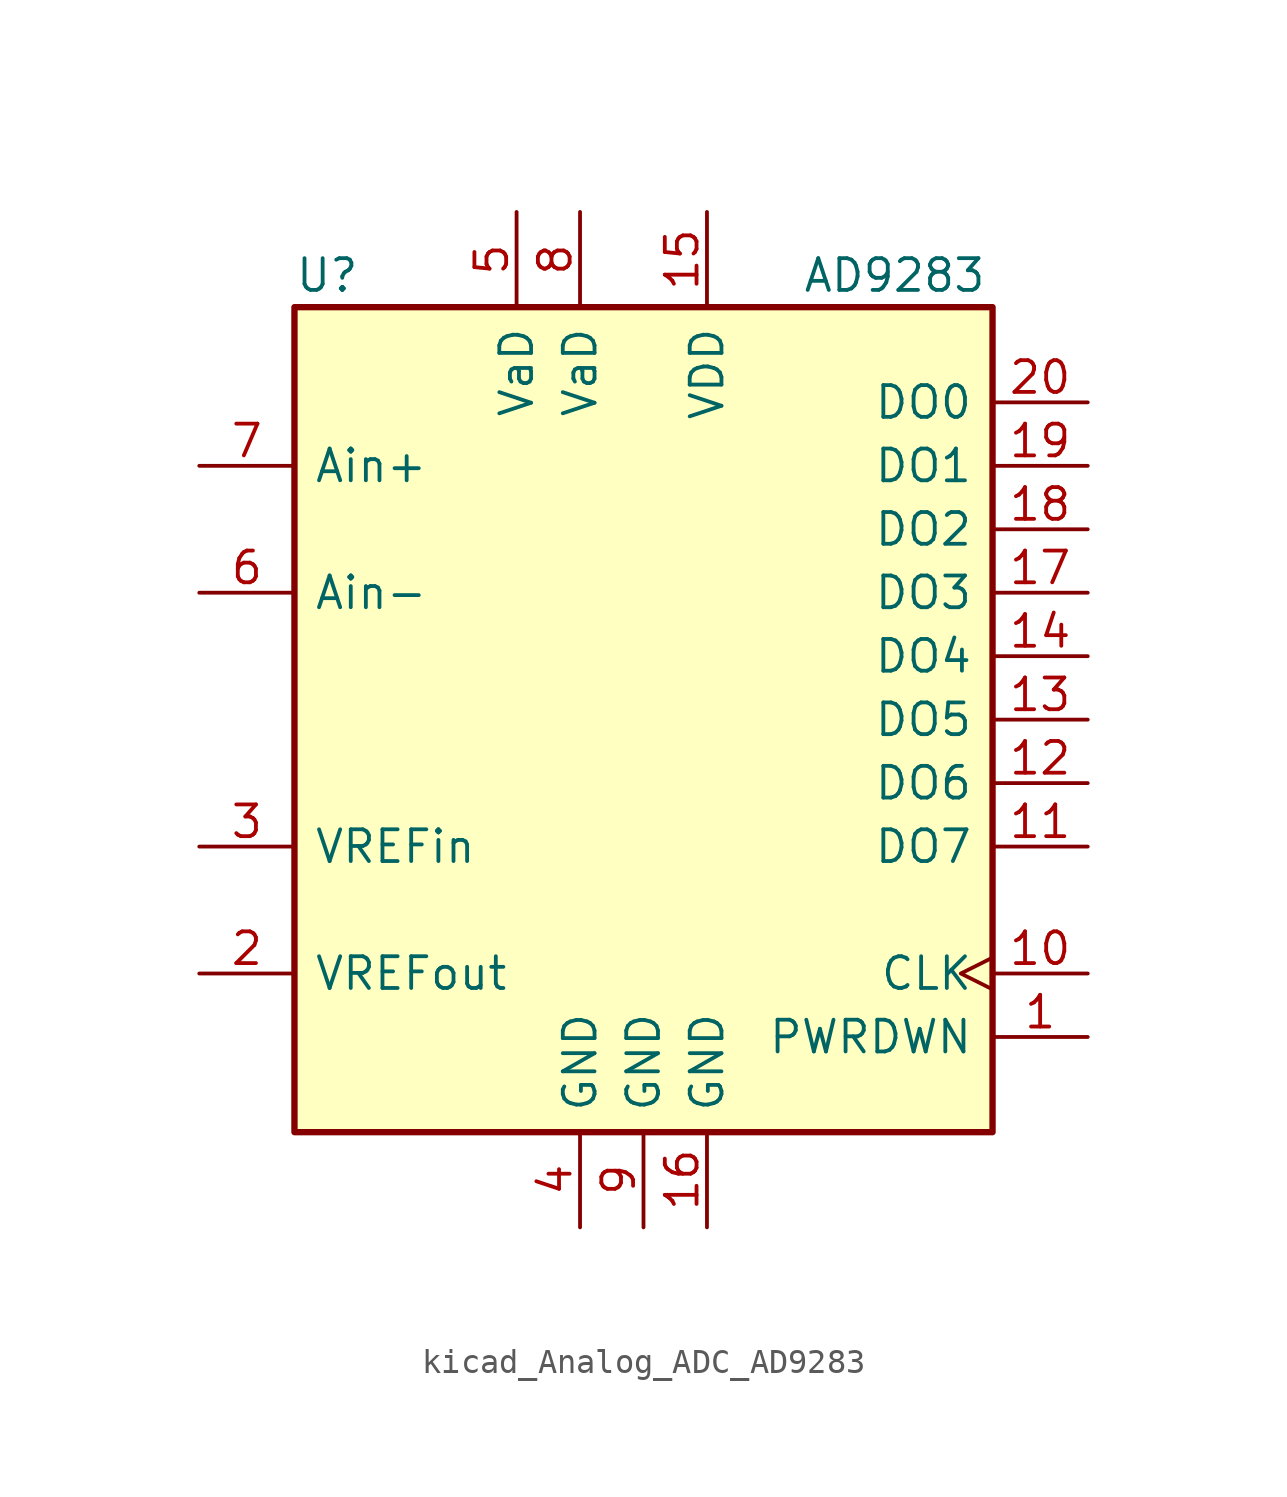
<source format=kicad_sym>
(kicad_symbol_lib
  (version 20220914)
  (generator kicad_symbol_editor)
  (symbol "kicad_Analog_ADC_AD9283"
    (pin_names
      (offset 0.762))
    (property "Reference" "U"
      (at -13.97 17.78 0)
      (effects (font (size 1.27 1.27)) (justify left)))
    (property "Value" "AD9283"
      (at 6.35 17.78 0)
      (effects (font (size 1.27 1.27)) (justify left)))
    (symbol "kicad_Analog_ADC_AD9283_0_1"
      (rectangle (start -13.97 16.51) (end 13.97 -16.51) (stroke (width 0.254) (type default)) (fill (type background))))
    (symbol "kicad_Analog_ADC_AD9283_1_1"
      (pin input line (at 17.78 -12.7 180) (length 3.81) (name "PWRDWN" (effects (font (size 1.27 1.27)))) (number "1" (effects (font (size 1.27 1.27)))))
      (pin input clock (at 17.78 -10.16 180) (length 3.81) (name "CLK" (effects (font (size 1.27 1.27)))) (number "10" (effects (font (size 1.27 1.27)))))
      (pin output line (at 17.78 -5.08 180) (length 3.81) (name "DO7" (effects (font (size 1.27 1.27)))) (number "11" (effects (font (size 1.27 1.27)))))
      (pin output line (at 17.78 -2.54 180) (length 3.81) (name "DO6" (effects (font (size 1.27 1.27)))) (number "12" (effects (font (size 1.27 1.27)))))
      (pin output line (at 17.78 0 180) (length 3.81) (name "DO5" (effects (font (size 1.27 1.27)))) (number "13" (effects (font (size 1.27 1.27)))))
      (pin output line (at 17.78 2.54 180) (length 3.81) (name "DO4" (effects (font (size 1.27 1.27)))) (number "14" (effects (font (size 1.27 1.27)))))
      (pin power_in line (at 2.54 20.32 270) (length 3.81) (name "VDD" (effects (font (size 1.27 1.27)))) (number "15" (effects (font (size 1.27 1.27)))))
      (pin power_in line (at 2.54 -20.32 90) (length 3.81) (name "GND" (effects (font (size 1.27 1.27)))) (number "16" (effects (font (size 1.27 1.27)))))
      (pin output line (at 17.78 5.08 180) (length 3.81) (name "DO3" (effects (font (size 1.27 1.27)))) (number "17" (effects (font (size 1.27 1.27)))))
      (pin output line (at 17.78 7.62 180) (length 3.81) (name "DO2" (effects (font (size 1.27 1.27)))) (number "18" (effects (font (size 1.27 1.27)))))
      (pin output line (at 17.78 10.16 180) (length 3.81) (name "DO1" (effects (font (size 1.27 1.27)))) (number "19" (effects (font (size 1.27 1.27)))))
      (pin input line (at -17.78 -10.16 0) (length 3.81) (name "VREFout" (effects (font (size 1.27 1.27)))) (number "2" (effects (font (size 1.27 1.27)))))
      (pin output line (at 17.78 12.7 180) (length 3.81) (name "DO0" (effects (font (size 1.27 1.27)))) (number "20" (effects (font (size 1.27 1.27)))))
      (pin input line (at -17.78 -5.08 0) (length 3.81) (name "VREFin" (effects (font (size 1.27 1.27)))) (number "3" (effects (font (size 1.27 1.27)))))
      (pin power_in line (at -2.54 -20.32 90) (length 3.81) (name "GND" (effects (font (size 1.27 1.27)))) (number "4" (effects (font (size 1.27 1.27)))))
      (pin power_in line (at -5.08 20.32 270) (length 3.81) (name "VaD" (effects (font (size 1.27 1.27)))) (number "5" (effects (font (size 1.27 1.27)))))
      (pin input line (at -17.78 5.08 0) (length 3.81) (name "Ain-" (effects (font (size 1.27 1.27)))) (number "6" (effects (font (size 1.27 1.27)))))
      (pin input line (at -17.78 10.16 0) (length 3.81) (name "Ain+" (effects (font (size 1.27 1.27)))) (number "7" (effects (font (size 1.27 1.27)))))
      (pin power_in line (at -2.54 20.32 270) (length 3.81) (name "VaD" (effects (font (size 1.27 1.27)))) (number "8" (effects (font (size 1.27 1.27)))))
      (pin power_in line (at 0 -20.32 90) (length 3.81) (name "GND" (effects (font (size 1.27 1.27)))) (number "9" (effects (font (size 1.27 1.27))))))))
</source>
